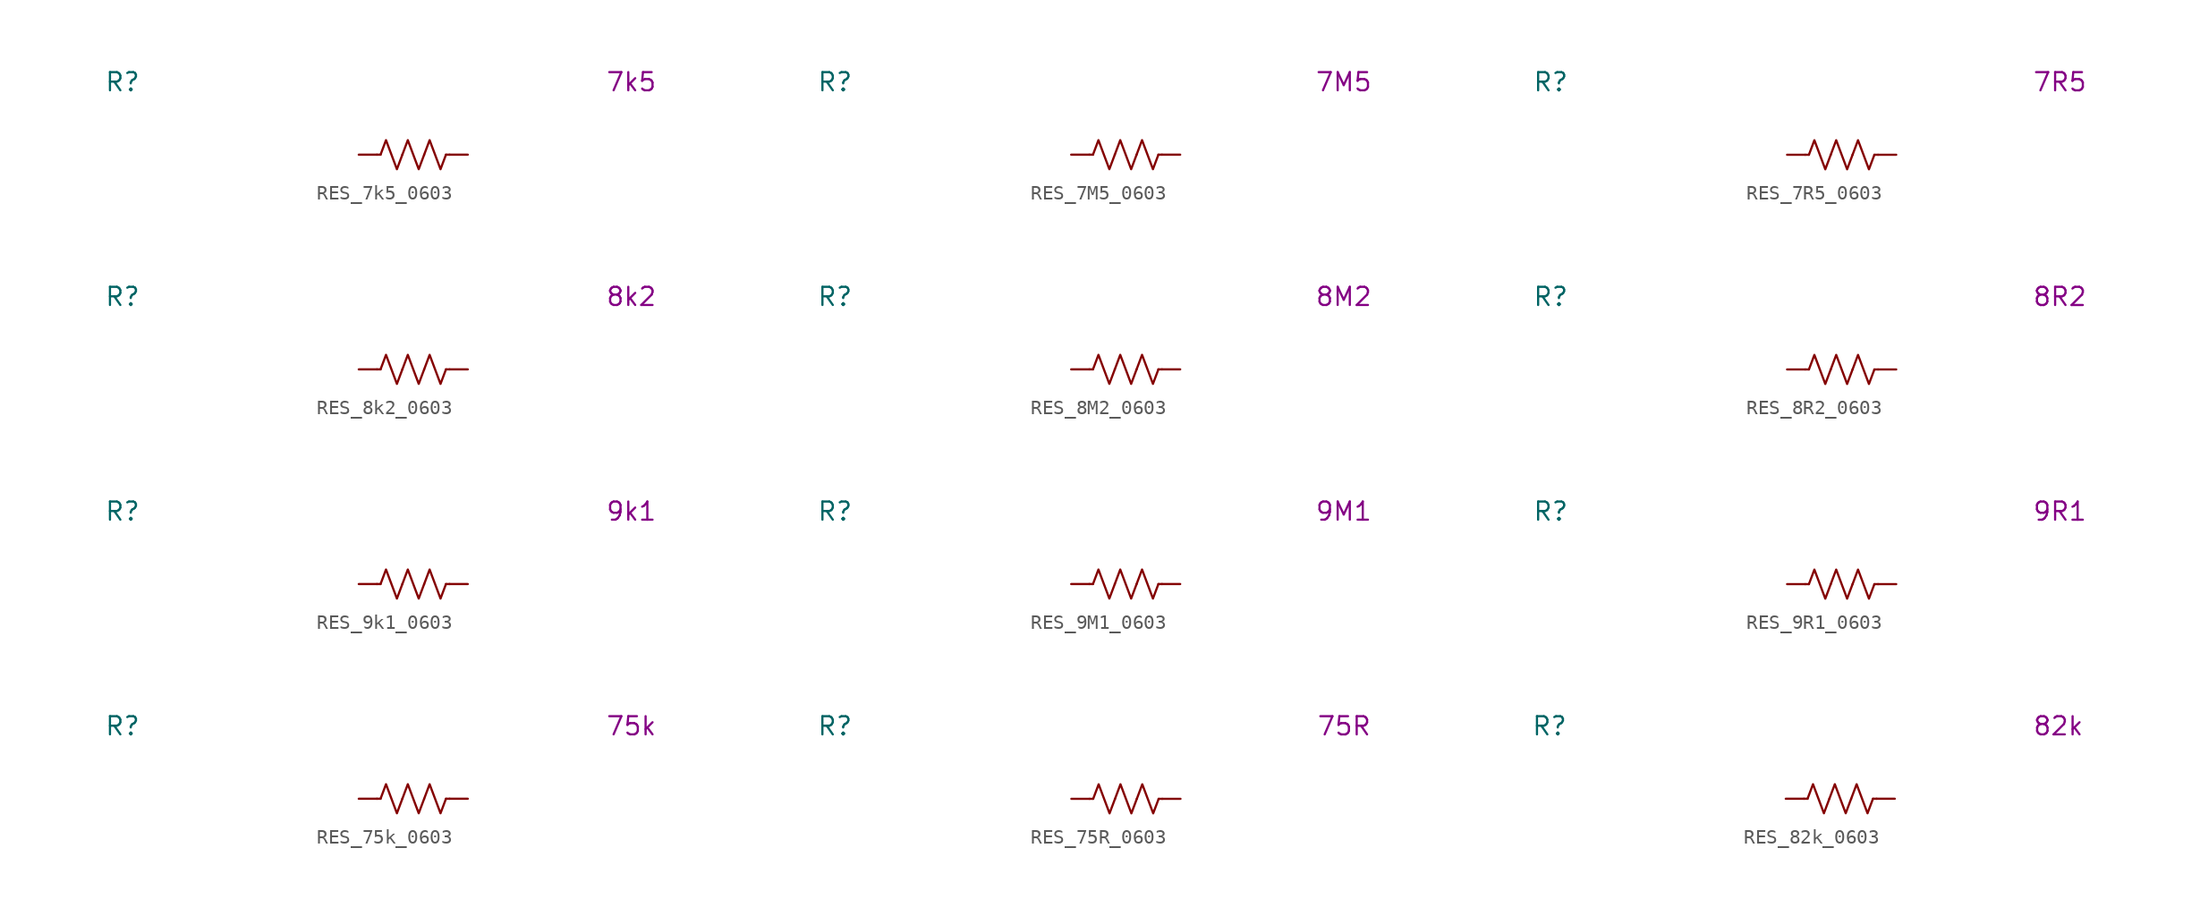
<source format=kicad_sym>
(kicad_symbol_lib
  (version 20231120)
  (generator "kicad_symbol_editor")
  (generator_version "8.0")
  (symbol "RES_7k5_0603"
    (pin_numbers hide)
    (property "Reference" "R"
      (at -20.32 5.08 0)
      (effects (font (size 1.27 1.27))))
    (property "Display Value" "7k5"
      (at 15.24 5.08 0)
      (effects (font (size 1.27 1.27))))
    (symbol "RES_7k5_0603_0_1"
      (polyline (pts (xy -2.286 0) (xy -2.54 0)) (stroke (width 0) (type default)) (fill (type none)))
      (polyline (pts (xy 2.286 0) (xy 2.54 0)) (stroke (width 0) (type default)) (fill (type none)))
      (polyline (pts (xy -2.286 0) (xy -1.905 1.016) (xy -1.524 0) (xy -1.143 -1.016) (xy -0.762 0)) (stroke (width 0) (type default)) (fill (type none)))
      (polyline (pts (xy -0.762 0) (xy -0.381 1.016) (xy 0 0) (xy 0.381 -1.016) (xy 0.762 0)) (stroke (width 0) (type default)) (fill (type none)))
      (polyline (pts (xy 0.762 0) (xy 1.143 1.016) (xy 1.524 0) (xy 1.905 -1.016) (xy 2.286 0)) (stroke (width 0) (type default)) (fill (type none))))
    (symbol "RES_7k5_0603_1_1"
      (pin passive line (at -3.81 0 0) (length 1.27) (name "~" (effects (font (size 1.27 1.27)))) (number "1" (effects (font (size 1.27 1.27)))))
      (pin passive line (at 3.81 0 180) (length 1.27) (name "~" (effects (font (size 1.27 1.27)))) (number "2" (effects (font (size 1.27 1.27)))))))
  (symbol "RES_7M5_0603"
    (pin_numbers hide)
    (property "Reference" "R"
      (at -20.32 5.08 0)
      (effects (font (size 1.27 1.27))))
    (property "Display Value" "7M5"
      (at 15.24 5.08 0)
      (effects (font (size 1.27 1.27))))
    (symbol "RES_7M5_0603_0_1"
      (polyline (pts (xy -2.286 0) (xy -2.54 0)) (stroke (width 0) (type default)) (fill (type none)))
      (polyline (pts (xy 2.286 0) (xy 2.54 0)) (stroke (width 0) (type default)) (fill (type none)))
      (polyline (pts (xy -2.286 0) (xy -1.905 1.016) (xy -1.524 0) (xy -1.143 -1.016) (xy -0.762 0)) (stroke (width 0) (type default)) (fill (type none)))
      (polyline (pts (xy -0.762 0) (xy -0.381 1.016) (xy 0 0) (xy 0.381 -1.016) (xy 0.762 0)) (stroke (width 0) (type default)) (fill (type none)))
      (polyline (pts (xy 0.762 0) (xy 1.143 1.016) (xy 1.524 0) (xy 1.905 -1.016) (xy 2.286 0)) (stroke (width 0) (type default)) (fill (type none))))
    (symbol "RES_7M5_0603_1_1"
      (pin passive line (at -3.81 0 0) (length 1.27) (name "~" (effects (font (size 1.27 1.27)))) (number "1" (effects (font (size 1.27 1.27)))))
      (pin passive line (at 3.81 0 180) (length 1.27) (name "~" (effects (font (size 1.27 1.27)))) (number "2" (effects (font (size 1.27 1.27)))))))
  (symbol "RES_7R5_0603"
    (pin_numbers hide)
    (property "Reference" "R"
      (at -20.32 5.08 0)
      (effects (font (size 1.27 1.27))))
    (property "Display Value" "7R5"
      (at 15.24 5.08 0)
      (effects (font (size 1.27 1.27))))
    (symbol "RES_7R5_0603_0_1"
      (polyline (pts (xy -2.286 0) (xy -2.54 0)) (stroke (width 0) (type default)) (fill (type none)))
      (polyline (pts (xy 2.286 0) (xy 2.54 0)) (stroke (width 0) (type default)) (fill (type none)))
      (polyline (pts (xy -2.286 0) (xy -1.905 1.016) (xy -1.524 0) (xy -1.143 -1.016) (xy -0.762 0)) (stroke (width 0) (type default)) (fill (type none)))
      (polyline (pts (xy -0.762 0) (xy -0.381 1.016) (xy 0 0) (xy 0.381 -1.016) (xy 0.762 0)) (stroke (width 0) (type default)) (fill (type none)))
      (polyline (pts (xy 0.762 0) (xy 1.143 1.016) (xy 1.524 0) (xy 1.905 -1.016) (xy 2.286 0)) (stroke (width 0) (type default)) (fill (type none))))
    (symbol "RES_7R5_0603_1_1"
      (pin passive line (at -3.81 0 0) (length 1.27) (name "~" (effects (font (size 1.27 1.27)))) (number "1" (effects (font (size 1.27 1.27)))))
      (pin passive line (at 3.81 0 180) (length 1.27) (name "~" (effects (font (size 1.27 1.27)))) (number "2" (effects (font (size 1.27 1.27)))))))
  (symbol "RES_8k2_0603"
    (pin_numbers hide)
    (property "Reference" "R"
      (at -20.32 5.08 0)
      (effects (font (size 1.27 1.27))))
    (property "Display Value" "8k2"
      (at 15.24 5.08 0)
      (effects (font (size 1.27 1.27))))
    (symbol "RES_8k2_0603_0_1"
      (polyline (pts (xy -2.286 0) (xy -2.54 0)) (stroke (width 0) (type default)) (fill (type none)))
      (polyline (pts (xy 2.286 0) (xy 2.54 0)) (stroke (width 0) (type default)) (fill (type none)))
      (polyline (pts (xy -2.286 0) (xy -1.905 1.016) (xy -1.524 0) (xy -1.143 -1.016) (xy -0.762 0)) (stroke (width 0) (type default)) (fill (type none)))
      (polyline (pts (xy -0.762 0) (xy -0.381 1.016) (xy 0 0) (xy 0.381 -1.016) (xy 0.762 0)) (stroke (width 0) (type default)) (fill (type none)))
      (polyline (pts (xy 0.762 0) (xy 1.143 1.016) (xy 1.524 0) (xy 1.905 -1.016) (xy 2.286 0)) (stroke (width 0) (type default)) (fill (type none))))
    (symbol "RES_8k2_0603_1_1"
      (pin passive line (at -3.81 0 0) (length 1.27) (name "~" (effects (font (size 1.27 1.27)))) (number "1" (effects (font (size 1.27 1.27)))))
      (pin passive line (at 3.81 0 180) (length 1.27) (name "~" (effects (font (size 1.27 1.27)))) (number "2" (effects (font (size 1.27 1.27)))))))
  (symbol "RES_8M2_0603"
    (pin_numbers hide)
    (property "Reference" "R"
      (at -20.32 5.08 0)
      (effects (font (size 1.27 1.27))))
    (property "Display Value" "8M2"
      (at 15.24 5.08 0)
      (effects (font (size 1.27 1.27))))
    (symbol "RES_8M2_0603_0_1"
      (polyline (pts (xy -2.286 0) (xy -2.54 0)) (stroke (width 0) (type default)) (fill (type none)))
      (polyline (pts (xy 2.286 0) (xy 2.54 0)) (stroke (width 0) (type default)) (fill (type none)))
      (polyline (pts (xy -2.286 0) (xy -1.905 1.016) (xy -1.524 0) (xy -1.143 -1.016) (xy -0.762 0)) (stroke (width 0) (type default)) (fill (type none)))
      (polyline (pts (xy -0.762 0) (xy -0.381 1.016) (xy 0 0) (xy 0.381 -1.016) (xy 0.762 0)) (stroke (width 0) (type default)) (fill (type none)))
      (polyline (pts (xy 0.762 0) (xy 1.143 1.016) (xy 1.524 0) (xy 1.905 -1.016) (xy 2.286 0)) (stroke (width 0) (type default)) (fill (type none))))
    (symbol "RES_8M2_0603_1_1"
      (pin passive line (at -3.81 0 0) (length 1.27) (name "~" (effects (font (size 1.27 1.27)))) (number "1" (effects (font (size 1.27 1.27)))))
      (pin passive line (at 3.81 0 180) (length 1.27) (name "~" (effects (font (size 1.27 1.27)))) (number "2" (effects (font (size 1.27 1.27)))))))
  (symbol "RES_8R2_0603"
    (pin_numbers hide)
    (property "Reference" "R"
      (at -20.32 5.08 0)
      (effects (font (size 1.27 1.27))))
    (property "Display Value" "8R2"
      (at 15.24 5.08 0)
      (effects (font (size 1.27 1.27))))
    (symbol "RES_8R2_0603_0_1"
      (polyline (pts (xy -2.286 0) (xy -2.54 0)) (stroke (width 0) (type default)) (fill (type none)))
      (polyline (pts (xy 2.286 0) (xy 2.54 0)) (stroke (width 0) (type default)) (fill (type none)))
      (polyline (pts (xy -2.286 0) (xy -1.905 1.016) (xy -1.524 0) (xy -1.143 -1.016) (xy -0.762 0)) (stroke (width 0) (type default)) (fill (type none)))
      (polyline (pts (xy -0.762 0) (xy -0.381 1.016) (xy 0 0) (xy 0.381 -1.016) (xy 0.762 0)) (stroke (width 0) (type default)) (fill (type none)))
      (polyline (pts (xy 0.762 0) (xy 1.143 1.016) (xy 1.524 0) (xy 1.905 -1.016) (xy 2.286 0)) (stroke (width 0) (type default)) (fill (type none))))
    (symbol "RES_8R2_0603_1_1"
      (pin passive line (at -3.81 0 0) (length 1.27) (name "~" (effects (font (size 1.27 1.27)))) (number "1" (effects (font (size 1.27 1.27)))))
      (pin passive line (at 3.81 0 180) (length 1.27) (name "~" (effects (font (size 1.27 1.27)))) (number "2" (effects (font (size 1.27 1.27)))))))
  (symbol "RES_9k1_0603"
    (pin_numbers hide)
    (property "Reference" "R"
      (at -20.32 5.08 0)
      (effects (font (size 1.27 1.27))))
    (property "Display Value" "9k1"
      (at 15.24 5.08 0)
      (effects (font (size 1.27 1.27))))
    (symbol "RES_9k1_0603_0_1"
      (polyline (pts (xy -2.286 0) (xy -2.54 0)) (stroke (width 0) (type default)) (fill (type none)))
      (polyline (pts (xy 2.286 0) (xy 2.54 0)) (stroke (width 0) (type default)) (fill (type none)))
      (polyline (pts (xy -2.286 0) (xy -1.905 1.016) (xy -1.524 0) (xy -1.143 -1.016) (xy -0.762 0)) (stroke (width 0) (type default)) (fill (type none)))
      (polyline (pts (xy -0.762 0) (xy -0.381 1.016) (xy 0 0) (xy 0.381 -1.016) (xy 0.762 0)) (stroke (width 0) (type default)) (fill (type none)))
      (polyline (pts (xy 0.762 0) (xy 1.143 1.016) (xy 1.524 0) (xy 1.905 -1.016) (xy 2.286 0)) (stroke (width 0) (type default)) (fill (type none))))
    (symbol "RES_9k1_0603_1_1"
      (pin passive line (at -3.81 0 0) (length 1.27) (name "~" (effects (font (size 1.27 1.27)))) (number "1" (effects (font (size 1.27 1.27)))))
      (pin passive line (at 3.81 0 180) (length 1.27) (name "~" (effects (font (size 1.27 1.27)))) (number "2" (effects (font (size 1.27 1.27)))))))
  (symbol "RES_9M1_0603"
    (pin_numbers hide)
    (property "Reference" "R"
      (at -20.32 5.08 0)
      (effects (font (size 1.27 1.27))))
    (property "Display Value" "9M1"
      (at 15.24 5.08 0)
      (effects (font (size 1.27 1.27))))
    (symbol "RES_9M1_0603_0_1"
      (polyline (pts (xy -2.286 0) (xy -2.54 0)) (stroke (width 0) (type default)) (fill (type none)))
      (polyline (pts (xy 2.286 0) (xy 2.54 0)) (stroke (width 0) (type default)) (fill (type none)))
      (polyline (pts (xy -2.286 0) (xy -1.905 1.016) (xy -1.524 0) (xy -1.143 -1.016) (xy -0.762 0)) (stroke (width 0) (type default)) (fill (type none)))
      (polyline (pts (xy -0.762 0) (xy -0.381 1.016) (xy 0 0) (xy 0.381 -1.016) (xy 0.762 0)) (stroke (width 0) (type default)) (fill (type none)))
      (polyline (pts (xy 0.762 0) (xy 1.143 1.016) (xy 1.524 0) (xy 1.905 -1.016) (xy 2.286 0)) (stroke (width 0) (type default)) (fill (type none))))
    (symbol "RES_9M1_0603_1_1"
      (pin passive line (at -3.81 0 0) (length 1.27) (name "~" (effects (font (size 1.27 1.27)))) (number "1" (effects (font (size 1.27 1.27)))))
      (pin passive line (at 3.81 0 180) (length 1.27) (name "~" (effects (font (size 1.27 1.27)))) (number "2" (effects (font (size 1.27 1.27)))))))
  (symbol "RES_9R1_0603"
    (pin_numbers hide)
    (property "Reference" "R"
      (at -20.32 5.08 0)
      (effects (font (size 1.27 1.27))))
    (property "Display Value" "9R1"
      (at 15.24 5.08 0)
      (effects (font (size 1.27 1.27))))
    (symbol "RES_9R1_0603_0_1"
      (polyline (pts (xy -2.286 0) (xy -2.54 0)) (stroke (width 0) (type default)) (fill (type none)))
      (polyline (pts (xy 2.286 0) (xy 2.54 0)) (stroke (width 0) (type default)) (fill (type none)))
      (polyline (pts (xy -2.286 0) (xy -1.905 1.016) (xy -1.524 0) (xy -1.143 -1.016) (xy -0.762 0)) (stroke (width 0) (type default)) (fill (type none)))
      (polyline (pts (xy -0.762 0) (xy -0.381 1.016) (xy 0 0) (xy 0.381 -1.016) (xy 0.762 0)) (stroke (width 0) (type default)) (fill (type none)))
      (polyline (pts (xy 0.762 0) (xy 1.143 1.016) (xy 1.524 0) (xy 1.905 -1.016) (xy 2.286 0)) (stroke (width 0) (type default)) (fill (type none))))
    (symbol "RES_9R1_0603_1_1"
      (pin passive line (at -3.81 0 0) (length 1.27) (name "~" (effects (font (size 1.27 1.27)))) (number "1" (effects (font (size 1.27 1.27)))))
      (pin passive line (at 3.81 0 180) (length 1.27) (name "~" (effects (font (size 1.27 1.27)))) (number "2" (effects (font (size 1.27 1.27)))))))
  (symbol "RES_75k_0603"
    (pin_numbers hide)
    (property "Reference" "R"
      (at -20.32 5.08 0)
      (effects (font (size 1.27 1.27))))
    (property "Display Value" "75k"
      (at 15.24 5.08 0)
      (effects (font (size 1.27 1.27))))
    (symbol "RES_75k_0603_0_1"
      (polyline (pts (xy -2.286 0) (xy -2.54 0)) (stroke (width 0) (type default)) (fill (type none)))
      (polyline (pts (xy 2.286 0) (xy 2.54 0)) (stroke (width 0) (type default)) (fill (type none)))
      (polyline (pts (xy -2.286 0) (xy -1.905 1.016) (xy -1.524 0) (xy -1.143 -1.016) (xy -0.762 0)) (stroke (width 0) (type default)) (fill (type none)))
      (polyline (pts (xy -0.762 0) (xy -0.381 1.016) (xy 0 0) (xy 0.381 -1.016) (xy 0.762 0)) (stroke (width 0) (type default)) (fill (type none)))
      (polyline (pts (xy 0.762 0) (xy 1.143 1.016) (xy 1.524 0) (xy 1.905 -1.016) (xy 2.286 0)) (stroke (width 0) (type default)) (fill (type none))))
    (symbol "RES_75k_0603_1_1"
      (pin passive line (at -3.81 0 0) (length 1.27) (name "~" (effects (font (size 1.27 1.27)))) (number "1" (effects (font (size 1.27 1.27)))))
      (pin passive line (at 3.81 0 180) (length 1.27) (name "~" (effects (font (size 1.27 1.27)))) (number "2" (effects (font (size 1.27 1.27)))))))
  (symbol "RES_75R_0603"
    (pin_numbers hide)
    (property "Reference" "R"
      (at -20.32 5.08 0)
      (effects (font (size 1.27 1.27))))
    (property "Display Value" "75R"
      (at 15.24 5.08 0)
      (effects (font (size 1.27 1.27))))
    (symbol "RES_75R_0603_0_1"
      (polyline (pts (xy -2.286 0) (xy -2.54 0)) (stroke (width 0) (type default)) (fill (type none)))
      (polyline (pts (xy 2.286 0) (xy 2.54 0)) (stroke (width 0) (type default)) (fill (type none)))
      (polyline (pts (xy -2.286 0) (xy -1.905 1.016) (xy -1.524 0) (xy -1.143 -1.016) (xy -0.762 0)) (stroke (width 0) (type default)) (fill (type none)))
      (polyline (pts (xy -0.762 0) (xy -0.381 1.016) (xy 0 0) (xy 0.381 -1.016) (xy 0.762 0)) (stroke (width 0) (type default)) (fill (type none)))
      (polyline (pts (xy 0.762 0) (xy 1.143 1.016) (xy 1.524 0) (xy 1.905 -1.016) (xy 2.286 0)) (stroke (width 0) (type default)) (fill (type none))))
    (symbol "RES_75R_0603_1_1"
      (pin passive line (at -3.81 0 0) (length 1.27) (name "~" (effects (font (size 1.27 1.27)))) (number "1" (effects (font (size 1.27 1.27)))))
      (pin passive line (at 3.81 0 180) (length 1.27) (name "~" (effects (font (size 1.27 1.27)))) (number "2" (effects (font (size 1.27 1.27)))))))
  (symbol "RES_82k_0603"
    (pin_numbers hide)
    (property "Reference" "R"
      (at -20.32 5.08 0)
      (effects (font (size 1.27 1.27))))
    (property "Display Value" "82k"
      (at 15.24 5.08 0)
      (effects (font (size 1.27 1.27))))
    (symbol "RES_82k_0603_0_1"
      (polyline (pts (xy -2.286 0) (xy -2.54 0)) (stroke (width 0) (type default)) (fill (type none)))
      (polyline (pts (xy 2.286 0) (xy 2.54 0)) (stroke (width 0) (type default)) (fill (type none)))
      (polyline (pts (xy -2.286 0) (xy -1.905 1.016) (xy -1.524 0) (xy -1.143 -1.016) (xy -0.762 0)) (stroke (width 0) (type default)) (fill (type none)))
      (polyline (pts (xy -0.762 0) (xy -0.381 1.016) (xy 0 0) (xy 0.381 -1.016) (xy 0.762 0)) (stroke (width 0) (type default)) (fill (type none)))
      (polyline (pts (xy 0.762 0) (xy 1.143 1.016) (xy 1.524 0) (xy 1.905 -1.016) (xy 2.286 0)) (stroke (width 0) (type default)) (fill (type none))))
    (symbol "RES_82k_0603_1_1"
      (pin passive line (at -3.81 0 0) (length 1.27) (name "~" (effects (font (size 1.27 1.27)))) (number "1" (effects (font (size 1.27 1.27)))))
      (pin passive line (at 3.81 0 180) (length 1.27) (name "~" (effects (font (size 1.27 1.27)))) (number "2" (effects (font (size 1.27 1.27))))))))
</source>
